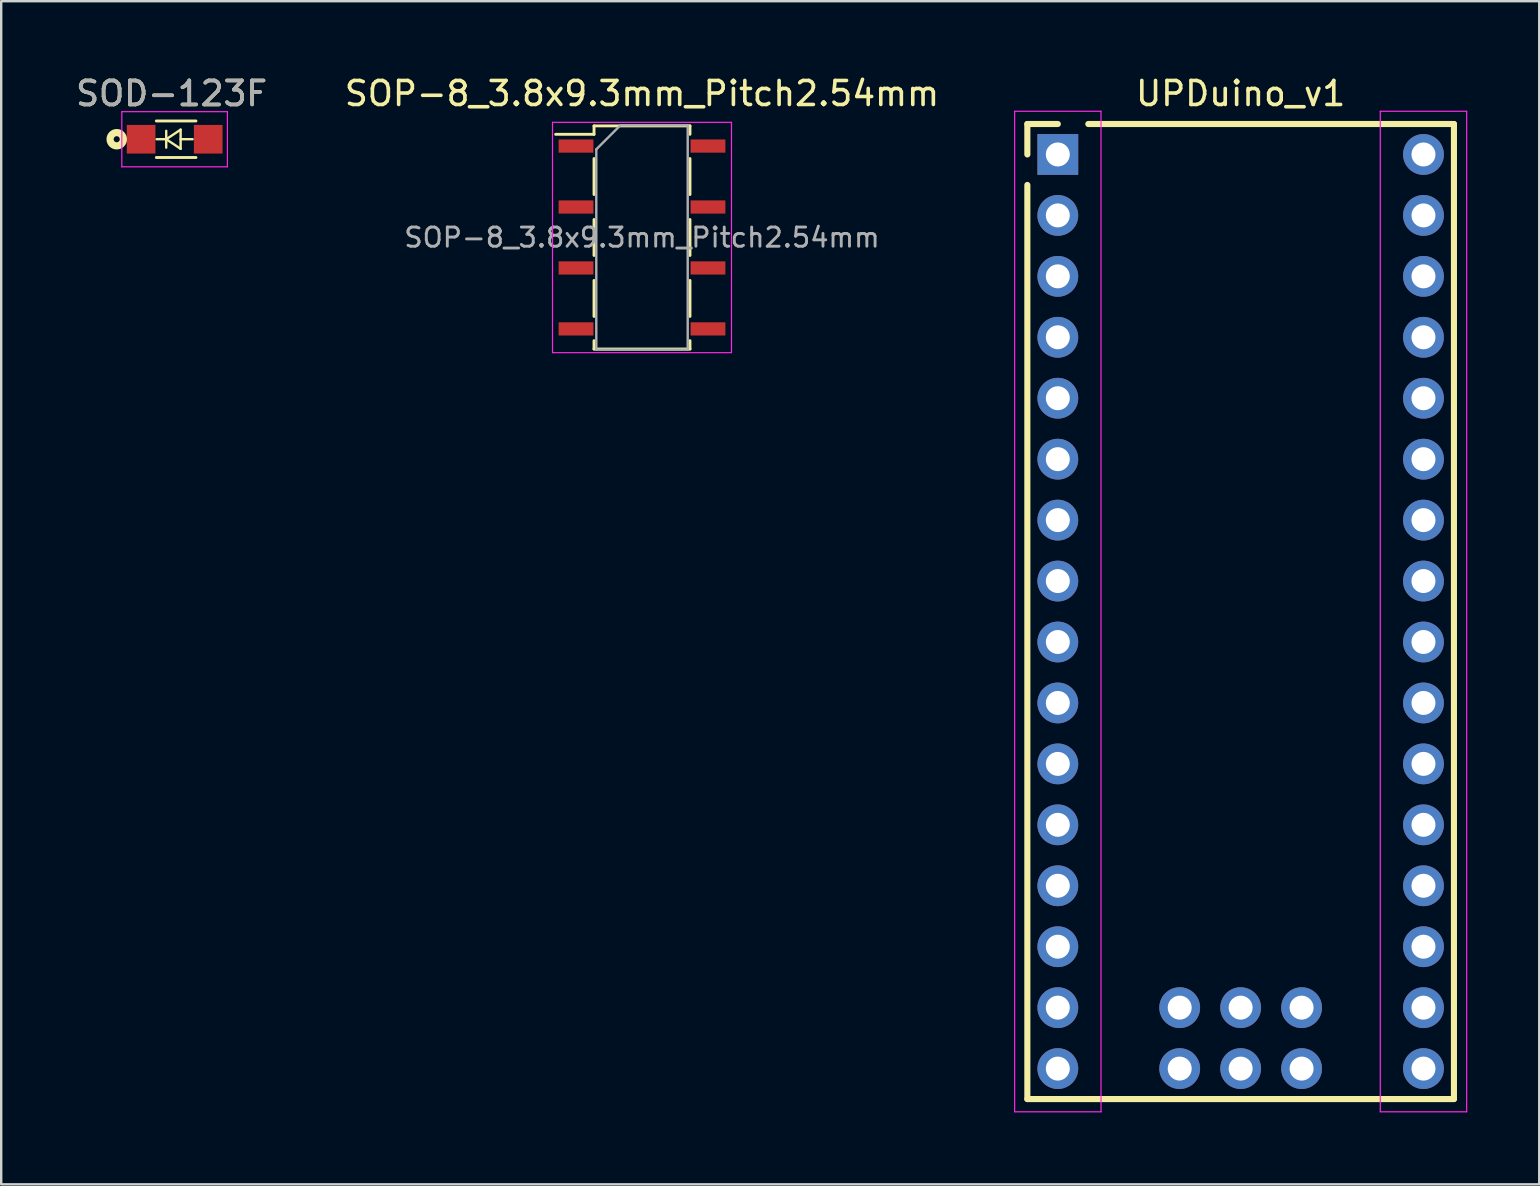
<source format=kicad_pcb>
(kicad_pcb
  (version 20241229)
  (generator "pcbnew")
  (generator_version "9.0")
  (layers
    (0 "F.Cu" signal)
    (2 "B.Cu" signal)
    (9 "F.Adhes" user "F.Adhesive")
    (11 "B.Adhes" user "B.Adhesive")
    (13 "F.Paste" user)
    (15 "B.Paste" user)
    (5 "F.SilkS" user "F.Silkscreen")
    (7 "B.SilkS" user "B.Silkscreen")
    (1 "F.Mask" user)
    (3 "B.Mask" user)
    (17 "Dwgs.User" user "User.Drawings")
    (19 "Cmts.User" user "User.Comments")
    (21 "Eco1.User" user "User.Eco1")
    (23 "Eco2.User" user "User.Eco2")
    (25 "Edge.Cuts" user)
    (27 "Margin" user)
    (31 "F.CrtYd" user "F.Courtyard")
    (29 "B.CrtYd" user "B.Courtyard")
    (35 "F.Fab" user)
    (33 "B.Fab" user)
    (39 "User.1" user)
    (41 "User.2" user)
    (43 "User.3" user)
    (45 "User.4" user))
  (footprint "SOD-123F"
    (layer "F.Cu")
    (at 4.228 2.753)
    (property "Reference" "SOD-123F" (at -0.127 -1.905 0) (layer "F.SilkS") (effects (font (size 1 1) (thickness 0.15))))
    (attr smd)
    (fp_line (start -0.762 -0.762) (end 0.889 -0.762) (stroke (width 0.12) (type solid)) (layer "F.SilkS"))
    (fp_line (start -0.762 0.762) (end 0.889 0.762) (stroke (width 0.12) (type solid)) (layer "F.SilkS"))
    (fp_line (start -0.75 0) (end -0.35 0) (stroke (width 0.1) (type solid)) (layer "F.SilkS"))
    (fp_line (start -0.35 0) (end -0.35 -0.35) (stroke (width 0.1) (type solid)) (layer "F.SilkS"))
    (fp_line (start -0.35 0) (end -0.35 0.35) (stroke (width 0.1) (type solid)) (layer "F.SilkS"))
    (fp_line (start -0.35 0) (end 0.25 -0.4) (stroke (width 0.1) (type solid)) (layer "F.SilkS"))
    (fp_line (start 0.25 -0.4) (end 0.25 0.4) (stroke (width 0.1) (type solid)) (layer "F.SilkS"))
    (fp_line (start 0.25 0) (end 0.75 0) (stroke (width 0.1) (type solid)) (layer "F.SilkS"))
    (fp_line (start 0.25 0.4) (end -0.35 0) (stroke (width 0.1) (type solid)) (layer "F.SilkS"))
    (fp_circle (center -2.413 0) (end -2.286 0) (stroke (width 0.3) (type solid)) (fill no) (layer "F.SilkS"))
    (fp_line (start -2.2 -1.15) (end -2.2 1.15) (stroke (width 0.05) (type solid)) (layer "F.CrtYd"))
    (fp_line (start -2.2 -1.15) (end 2.2 -1.15) (stroke (width 0.05) (type solid)) (layer "F.CrtYd"))
    (fp_line (start 2.2 -1.15) (end 2.2 1.15) (stroke (width 0.05) (type solid)) (layer "F.CrtYd"))
    (fp_line (start 2.2 1.15) (end -2.2 1.15) (stroke (width 0.05) (type solid)) (layer "F.CrtYd"))
    (fp_text user "${REFERENCE}" (at -0.127 -1.905 0) (layer "F.Fab") (effects (font (size 1 1) (thickness 0.15))))
    (pad "1" smd rect (at -1.397 0) (size 1.194 1.194) (layers "F.Cu" "F.Mask" "F.Paste"))
    (pad "2" smd rect (at 1.4 0) (size 1.194 1.194) (layers "F.Cu" "F.Mask" "F.Paste")))
  (footprint "SOP-8_3.8x9.3mm_Pitch2.54mm"
    (layer "F.Cu")
    (at 23.708 6.848)
    (property "Reference" "SOP-8_3.8x9.3mm_Pitch2.54mm" (at 0 -6 0) (layer "F.SilkS") (effects (font (size 1 1) (thickness 0.15))))
    (attr smd)
    (fp_line (start -2 -4.65) (end 2 -4.65) (stroke (width 0.12) (type solid)) (layer "F.SilkS"))
    (fp_line (start -2 -4.3) (end -3.6 -4.3) (stroke (width 0.12) (type solid)) (layer "F.SilkS"))
    (fp_line (start -2 -4.3) (end -2 -4.65) (stroke (width 0.12) (type solid)) (layer "F.SilkS"))
    (fp_line (start -2 -1.79) (end -2 -3.29) (stroke (width 0.12) (type solid)) (layer "F.SilkS"))
    (fp_line (start -2 0.75) (end -2 -0.75) (stroke (width 0.12) (type solid)) (layer "F.SilkS"))
    (fp_line (start -2 3.29) (end -2 1.79) (stroke (width 0.12) (type solid)) (layer "F.SilkS"))
    (fp_line (start -2 4.3) (end -2 4.65) (stroke (width 0.12) (type solid)) (layer "F.SilkS"))
    (fp_line (start -2 4.65) (end 2 4.65) (stroke (width 0.12) (type solid)) (layer "F.SilkS"))
    (fp_line (start 2 -4.65) (end 2 -4.3) (stroke (width 0.12) (type solid)) (layer "F.SilkS"))
    (fp_line (start 2 -1.79) (end 2 -3.29) (stroke (width 0.12) (type solid)) (layer "F.SilkS"))
    (fp_line (start 2 0.75) (end 2 -0.75) (stroke (width 0.12) (type solid)) (layer "F.SilkS"))
    (fp_line (start 2 3.29) (end 2 1.79) (stroke (width 0.12) (type solid)) (layer "F.SilkS"))
    (fp_line (start 2 4.65) (end 2 4.3) (stroke (width 0.12) (type solid)) (layer "F.SilkS"))
    (fp_line (start -3.73 -4.8) (end 3.73 -4.8) (stroke (width 0.05) (type solid)) (layer "F.CrtYd"))
    (fp_line (start -3.73 4.8) (end -3.73 -4.8) (stroke (width 0.05) (type solid)) (layer "F.CrtYd"))
    (fp_line (start 3.73 -4.8) (end 3.73 4.8) (stroke (width 0.05) (type solid)) (layer "F.CrtYd"))
    (fp_line (start 3.73 4.8) (end -3.73 4.8) (stroke (width 0.05) (type solid)) (layer "F.CrtYd"))
    (fp_line (start -1.905 -3.674) (end -0.905 -4.673) (stroke (width 0.1) (type solid)) (layer "F.Fab"))
    (fp_line (start -1.905 4.673) (end -1.905 -3.674) (stroke (width 0.1) (type solid)) (layer "F.Fab"))
    (fp_line (start -1.905 4.673) (end 1.905 4.673) (stroke (width 0.1) (type solid)) (layer "F.Fab"))
    (fp_line (start -0.905 -4.673) (end 1.905 -4.673) (stroke (width 0.1) (type solid)) (layer "F.Fab"))
    (fp_line (start 1.905 4.673) (end 1.905 -4.673) (stroke (width 0.1) (type solid)) (layer "F.Fab"))
    (fp_text user "${REFERENCE}" (at 0 0 0) (layer "F.Fab") (effects (font (size 0.8 0.8) (thickness 0.12))))
    (pad "1" smd rect (at -2.75 -3.81) (size 1.45 0.55) (layers "F.Cu" "F.Mask" "F.Paste"))
    (pad "2" smd rect (at -2.75 -1.27) (size 1.45 0.55) (layers "F.Cu" "F.Mask" "F.Paste"))
    (pad "3" smd rect (at -2.75 1.27) (size 1.45 0.55) (layers "F.Cu" "F.Mask" "F.Paste"))
    (pad "4" smd rect (at -2.75 3.81) (size 1.45 0.55) (layers "F.Cu" "F.Mask" "F.Paste"))
    (pad "5" smd rect (at 2.75 3.81) (size 1.45 0.55) (layers "F.Cu" "F.Mask" "F.Paste"))
    (pad "6" smd rect (at 2.75 1.27) (size 1.45 0.55) (layers "F.Cu" "F.Mask" "F.Paste"))
    (pad "7" smd rect (at 2.75 -1.27) (size 1.45 0.55) (layers "F.Cu" "F.Mask" "F.Paste"))
    (pad "8" smd rect (at 2.75 -3.81) (size 1.45 0.55) (layers "F.Cu" "F.Mask" "F.Paste")))
  (footprint "UPDuino_v1"
    (layer "F.Cu")
    (at 48.659 22.438)
    (property "Reference" "UPDuino_v1" (at 0 -21.59 0) (layer "F.SilkS") (effects (font (size 1 1) (thickness 0.15))))
    (attr through_hole)
    (fp_line (start -8.89 -20.32) (end -7.62 -20.32) (stroke (width 0.254) (type solid)) (layer "F.SilkS"))
    (fp_line (start -8.89 -19.05) (end -8.89 -20.32) (stroke (width 0.254) (type solid)) (layer "F.SilkS"))
    (fp_line (start -8.89 20.32) (end -8.89 -17.78) (stroke (width 0.254) (type solid)) (layer "F.SilkS"))
    (fp_line (start -8.89 20.32) (end 8.89 20.32) (stroke (width 0.254) (type solid)) (layer "F.SilkS"))
    (fp_line (start 8.89 -20.32) (end -6.35 -20.32) (stroke (width 0.254) (type solid)) (layer "F.SilkS"))
    (fp_line (start 8.89 -20.32) (end 8.89 20.32) (stroke (width 0.254) (type solid)) (layer "F.SilkS"))
    (fp_line (start -9.42 -20.85) (end -9.42 20.85) (stroke (width 0.05) (type solid)) (layer "F.CrtYd"))
    (fp_line (start -9.42 20.85) (end -5.82 20.85) (stroke (width 0.05) (type solid)) (layer "F.CrtYd"))
    (fp_line (start -5.82 -20.85) (end -9.42 -20.85) (stroke (width 0.05) (type solid)) (layer "F.CrtYd"))
    (fp_line (start -5.82 20.85) (end -5.82 -20.85) (stroke (width 0.05) (type solid)) (layer "F.CrtYd"))
    (fp_line (start 5.82 -20.85) (end 5.82 20.85) (stroke (width 0.05) (type solid)) (layer "F.CrtYd"))
    (fp_line (start 5.82 20.85) (end 9.42 20.85) (stroke (width 0.05) (type solid)) (layer "F.CrtYd"))
    (fp_line (start 9.42 -20.85) (end 5.82 -20.85) (stroke (width 0.05) (type solid)) (layer "F.CrtYd"))
    (fp_line (start 9.42 20.85) (end 9.42 -20.85) (stroke (width 0.05) (type solid)) (layer "F.CrtYd"))
    (pad "1" thru_hole rect (at -7.62 -19.05) (size 1.7 1.7) (drill 1) (layers "*.Cu" "*.Mask"))
    (pad "1a" thru_hole oval (at -2.54 19.05) (size 1.7 1.7) (drill 1) (layers "*.Cu" "*.Mask"))
    (pad "2" thru_hole oval (at -7.62 -16.51) (size 1.7 1.7) (drill 1) (layers "*.Cu" "*.Mask"))
    (pad "2a" thru_hole oval (at -2.54 16.51) (size 1.7 1.7) (drill 1) (layers "*.Cu" "*.Mask"))
    (pad "3" thru_hole oval (at -7.62 -13.97) (size 1.7 1.7) (drill 1) (layers "*.Cu" "*.Mask"))
    (pad "3a" thru_hole oval (at 0 19.05) (size 1.7 1.7) (drill 1) (layers "*.Cu" "*.Mask"))
    (pad "4" thru_hole oval (at -7.62 -11.43) (size 1.7 1.7) (drill 1) (layers "*.Cu" "*.Mask"))
    (pad "4a" thru_hole oval (at 0 16.51) (size 1.7 1.7) (drill 1) (layers "*.Cu" "*.Mask"))
    (pad "5" thru_hole oval (at -7.62 -8.89) (size 1.7 1.7) (drill 1) (layers "*.Cu" "*.Mask"))
    (pad "5a" thru_hole oval (at 2.54 19.05) (size 1.7 1.7) (drill 1) (layers "*.Cu" "*.Mask"))
    (pad "6" thru_hole oval (at -7.62 -6.35) (size 1.7 1.7) (drill 1) (layers "*.Cu" "*.Mask"))
    (pad "6a" thru_hole oval (at 2.54 16.51) (size 1.7 1.7) (drill 1) (layers "*.Cu" "*.Mask"))
    (pad "7" thru_hole oval (at -7.62 -3.81) (size 1.7 1.7) (drill 1) (layers "*.Cu" "*.Mask"))
    (pad "8" thru_hole oval (at -7.62 -1.27) (size 1.7 1.7) (drill 1) (layers "*.Cu" "*.Mask"))
    (pad "9" thru_hole oval (at -7.62 1.27) (size 1.7 1.7) (drill 1) (layers "*.Cu" "*.Mask"))
    (pad "10" thru_hole oval (at -7.62 3.81) (size 1.7 1.7) (drill 1) (layers "*.Cu" "*.Mask"))
    (pad "11" thru_hole oval (at -7.62 6.35) (size 1.7 1.7) (drill 1) (layers "*.Cu" "*.Mask"))
    (pad "12" thru_hole oval (at -7.62 8.89) (size 1.7 1.7) (drill 1) (layers "*.Cu" "*.Mask"))
    (pad "13" thru_hole oval (at -7.62 11.43) (size 1.7 1.7) (drill 1) (layers "*.Cu" "*.Mask"))
    (pad "14" thru_hole oval (at -7.62 13.97) (size 1.7 1.7) (drill 1) (layers "*.Cu" "*.Mask"))
    (pad "15" thru_hole oval (at -7.62 16.51) (size 1.7 1.7) (drill 1) (layers "*.Cu" "*.Mask"))
    (pad "16" thru_hole oval (at -7.62 19.05) (size 1.7 1.7) (drill 1) (layers "*.Cu" "*.Mask"))
    (pad "17" thru_hole oval (at 7.62 19.05) (size 1.7 1.7) (drill 1) (layers "*.Cu" "*.Mask"))
    (pad "18" thru_hole oval (at 7.62 16.51) (size 1.7 1.7) (drill 1) (layers "*.Cu" "*.Mask"))
    (pad "19" thru_hole oval (at 7.62 13.97) (size 1.7 1.7) (drill 1) (layers "*.Cu" "*.Mask"))
    (pad "20" thru_hole oval (at 7.62 11.43) (size 1.7 1.7) (drill 1) (layers "*.Cu" "*.Mask"))
    (pad "21" thru_hole oval (at 7.62 8.89) (size 1.7 1.7) (drill 1) (layers "*.Cu" "*.Mask"))
    (pad "22" thru_hole oval (at 7.62 6.35) (size 1.7 1.7) (drill 1) (layers "*.Cu" "*.Mask"))
    (pad "23" thru_hole oval (at 7.62 3.81) (size 1.7 1.7) (drill 1) (layers "*.Cu" "*.Mask"))
    (pad "24" thru_hole oval (at 7.62 1.27) (size 1.7 1.7) (drill 1) (layers "*.Cu" "*.Mask"))
    (pad "25" thru_hole oval (at 7.62 -1.27) (size 1.7 1.7) (drill 1) (layers "*.Cu" "*.Mask"))
    (pad "26" thru_hole oval (at 7.62 -3.81) (size 1.7 1.7) (drill 1) (layers "*.Cu" "*.Mask"))
    (pad "27" thru_hole oval (at 7.62 -6.35) (size 1.7 1.7) (drill 1) (layers "*.Cu" "*.Mask"))
    (pad "28" thru_hole oval (at 7.62 -8.89) (size 1.7 1.7) (drill 1) (layers "*.Cu" "*.Mask"))
    (pad "29" thru_hole oval (at 7.62 -11.43) (size 1.7 1.7) (drill 1) (layers "*.Cu" "*.Mask"))
    (pad "30" thru_hole oval (at 7.62 -13.97) (size 1.7 1.7) (drill 1) (layers "*.Cu" "*.Mask"))
    (pad "31" thru_hole oval (at 7.62 -16.51) (size 1.7 1.7) (drill 1) (layers "*.Cu" "*.Mask"))
    (pad "32" thru_hole circle (at 7.62 -19.05) (size 1.7 1.7) (drill 1) (layers "*.Cu" "*.Mask")))
  (gr_rect
    (start -3 -3)
    (end 61.104 46.313)
    (stroke (width 0.1) (type default))
    (fill no)
    (layer "Edge.Cuts")))
</source>
